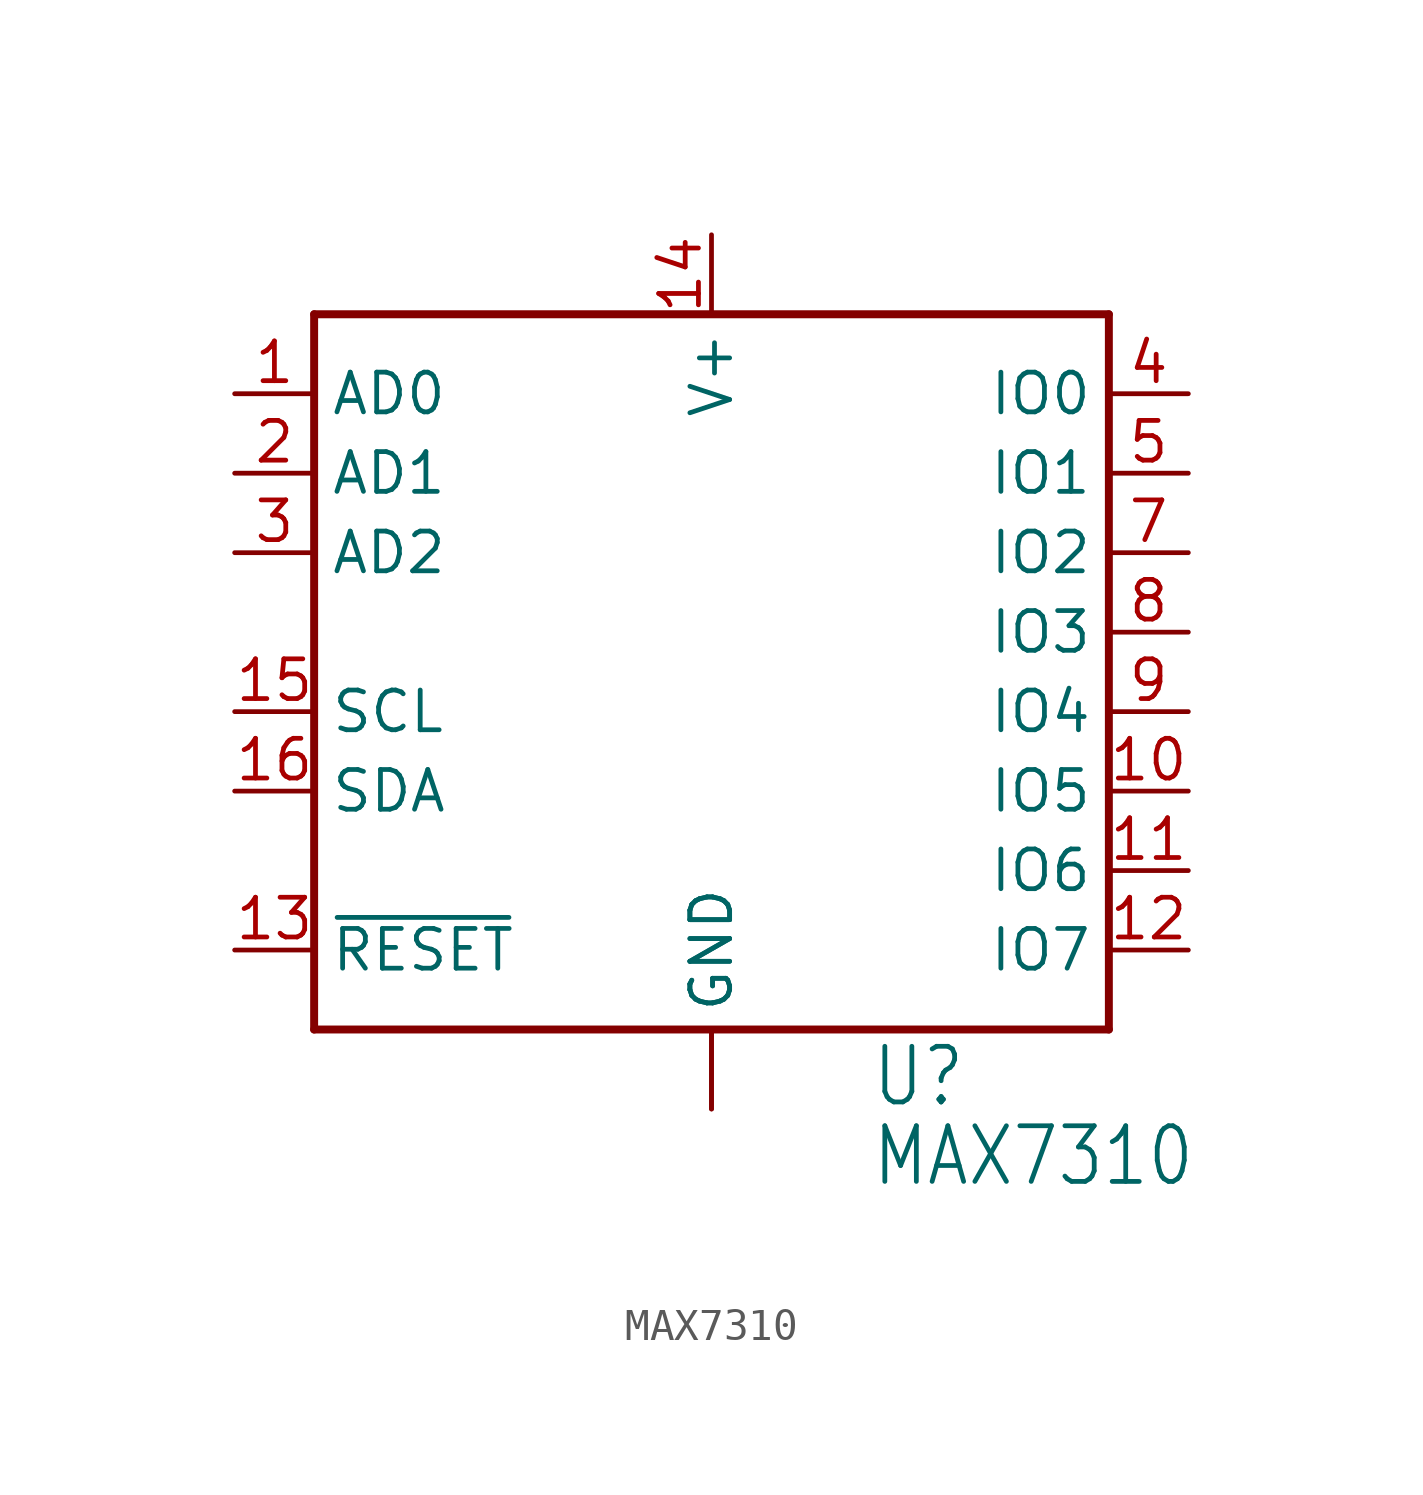
<source format=kicad_sym>
(kicad_symbol_lib
  (version 20211014)
  (generator kicad_symbol_editor)
  (symbol "MAX7310"
    (property "Reference" "U"
      (at 5.08 -15.24 0)
      (effects (font (size 1.778 1.511)) (justify left bottom)))
    (property "Value" "MAX7310"
      (at 5.08 -17.78 0)
      (effects (font (size 1.778 1.511)) (justify left bottom)))
    (property "ki_locked" ""
      (at 0 0 0)
      (effects (font (size 1.27 1.27))))
    (symbol "MAX7310_1_0"
      (polyline (pts (xy -12.7 -12.7) (xy 12.7 -12.7)) (stroke (width 0.254) (type default) (color 0 0 0 0)) (fill (type none)))
      (polyline (pts (xy -12.7 10.16) (xy -12.7 -12.7)) (stroke (width 0.254) (type default) (color 0 0 0 0)) (fill (type none)))
      (polyline (pts (xy 12.7 -12.7) (xy 12.7 10.16)) (stroke (width 0.254) (type default) (color 0 0 0 0)) (fill (type none)))
      (polyline (pts (xy 12.7 10.16) (xy -12.7 10.16)) (stroke (width 0.254) (type default) (color 0 0 0 0)) (fill (type none)))
      (pin input line (at -15.24 7.62 0) (length 2.54) (name "AD0" (effects (font (size 1.27 1.27)))) (number "1" (effects (font (size 1.27 1.27)))))
      (pin bidirectional line (at 15.24 -5.08 180) (length 2.54) (name "IO5" (effects (font (size 1.27 1.27)))) (number "10" (effects (font (size 1.27 1.27)))))
      (pin bidirectional line (at 15.24 -7.62 180) (length 2.54) (name "IO6" (effects (font (size 1.27 1.27)))) (number "11" (effects (font (size 1.27 1.27)))))
      (pin bidirectional line (at 15.24 -10.16 180) (length 2.54) (name "IO7" (effects (font (size 1.27 1.27)))) (number "12" (effects (font (size 1.27 1.27)))))
      (pin input line (at -15.24 -10.16 0) (length 2.54) (name "~{RESET}" (effects (font (size 1.27 1.27)))) (number "13" (effects (font (size 1.27 1.27)))))
      (pin power_in line (at 0 12.7 270) (length 2.54) (name "V+" (effects (font (size 1.27 1.27)))) (number "14" (effects (font (size 1.27 1.27)))))
      (pin input line (at -15.24 -2.54 0) (length 2.54) (name "SCL" (effects (font (size 1.27 1.27)))) (number "15" (effects (font (size 1.27 1.27)))))
      (pin bidirectional line (at -15.24 -5.08 0) (length 2.54) (name "SDA" (effects (font (size 1.27 1.27)))) (number "16" (effects (font (size 1.27 1.27)))))
      (pin input line (at -15.24 5.08 0) (length 2.54) (name "AD1" (effects (font (size 1.27 1.27)))) (number "2" (effects (font (size 1.27 1.27)))))
      (pin input line (at -15.24 2.54 0) (length 2.54) (name "AD2" (effects (font (size 1.27 1.27)))) (number "3" (effects (font (size 1.27 1.27)))))
      (pin bidirectional line (at 15.24 7.62 180) (length 2.54) (name "IO0" (effects (font (size 1.27 1.27)))) (number "4" (effects (font (size 1.27 1.27)))))
      (pin bidirectional line (at 15.24 5.08 180) (length 2.54) (name "IO1" (effects (font (size 1.27 1.27)))) (number "5" (effects (font (size 1.27 1.27)))))
      (pin power_in line (at 0 -15.24 90) (length 2.54) (name "GND" (effects (font (size 1.27 1.27)))) (number "6" (effects (font (size 0 0)))))
      (pin bidirectional line (at 15.24 2.54 180) (length 2.54) (name "IO2" (effects (font (size 1.27 1.27)))) (number "7" (effects (font (size 1.27 1.27)))))
      (pin bidirectional line (at 15.24 0 180) (length 2.54) (name "IO3" (effects (font (size 1.27 1.27)))) (number "8" (effects (font (size 1.27 1.27)))))
      (pin bidirectional line (at 15.24 -2.54 180) (length 2.54) (name "IO4" (effects (font (size 1.27 1.27)))) (number "9" (effects (font (size 1.27 1.27)))))
      (pin power_in line (at 0 -15.24 90) (length 2.54) (name "GND" (effects (font (size 1.27 1.27)))) (number "EPAD" (effects (font (size 0 0))))))))
</source>
